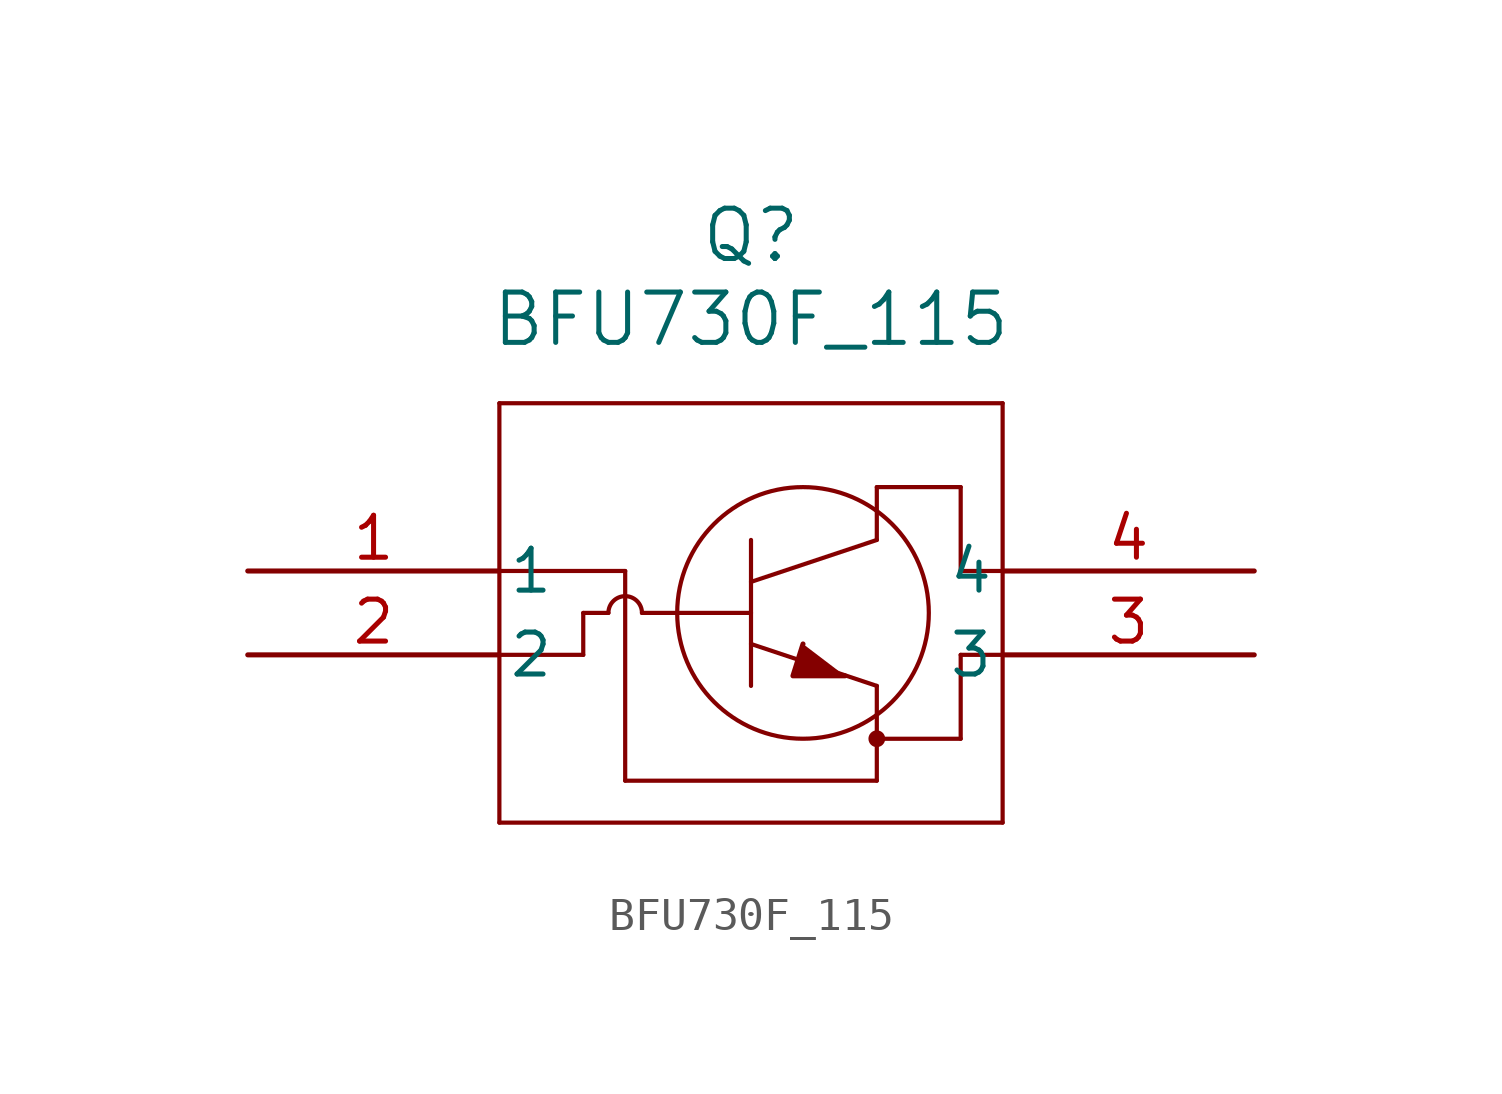
<source format=kicad_sym>
(kicad_symbol_lib
  (version 20211014)
  (generator kicad_symbol_editor)
  (symbol "BFU730F_115"
    (pin_names
      (offset 0.254))
    (property "Reference" "Q"
      (at 15.24 10.16 0)
      (effects (font (size 1.524 1.524))))
    (property "Value" "BFU730F_115"
      (at 15.24 7.62 0)
      (effects (font (size 1.524 1.524))))
    (symbol "BFU730F_115_0_1"
      (polyline (pts (xy 7.62 5.08) (xy 7.62 -7.62)) (stroke (width 0.127) (type default) (color 0 0 0 0)) (fill (type none)))
      (polyline (pts (xy 7.62 -7.62) (xy 22.86 -7.62)) (stroke (width 0.127) (type default) (color 0 0 0 0)) (fill (type none)))
      (polyline (pts (xy 22.86 -7.62) (xy 22.86 5.08)) (stroke (width 0.127) (type default) (color 0 0 0 0)) (fill (type none)))
      (polyline (pts (xy 22.86 5.08) (xy 7.62 5.08)) (stroke (width 0.127) (type default) (color 0 0 0 0)) (fill (type none)))
      (circle (center 16.815 -1.27) (radius 3.81) (stroke (width 0.127) (type default) (color 0 0 0 0)) (fill (type none)))
      (polyline (pts (xy 15.24 -3.48) (xy 15.24 0.94)) (stroke (width 0.127) (type default) (color 0 0 0 0)) (fill (type none)))
      (polyline (pts (xy 15.24 -0.33) (xy 19.05 0.94)) (stroke (width 0.127) (type default) (color 0 0 0 0)) (fill (type none)))
      (polyline (pts (xy 15.24 -2.21) (xy 19.05 -3.48)) (stroke (width 0.127) (type default) (color 0 0 0 0)) (fill (type none)))
      (polyline (pts (xy 19.05 -6.35) (xy 19.05 -3.48)) (stroke (width 0.127) (type default) (color 0 0 0 0)) (fill (type none)))
      (polyline (pts (xy 19.05 0.94) (xy 19.05 2.54)) (stroke (width 0.127) (type default) (color 0 0 0 0)) (fill (type none)))
      (polyline (pts (xy 11.938 -1.27) (xy 15.24 -1.27)) (stroke (width 0.127) (type default) (color 0 0 0 0)) (fill (type none)))
      (polyline (pts (xy 21.59 0) (xy 21.59 2.54)) (stroke (width 0.127) (type default) (color 0 0 0 0)) (fill (type none)))
      (polyline (pts (xy 22.86 -2.54) (xy 21.59 -2.54)) (stroke (width 0.127) (type default) (color 0 0 0 0)) (fill (type none)))
      (polyline (pts (xy 21.59 2.54) (xy 19.05 2.54)) (stroke (width 0.127) (type default) (color 0 0 0 0)) (fill (type none)))
      (circle (center 19.05 -5.08) (radius 0.127) (stroke (width 0.254) (type default) (color 0 0 0 0)) (fill (type none)))
      (polyline (pts (xy 16.815 -2.21) (xy 16.51 -3.175) (xy 18.085 -3.175)) (stroke (width 0) (type default) (color 0 0 0 0)) (fill (type outline)))
      (polyline (pts (xy 21.59 -2.54) (xy 21.59 -5.08)) (stroke (width 0.127) (type default) (color 0 0 0 0)) (fill (type none)))
      (polyline (pts (xy 21.59 -5.08) (xy 19.05 -5.08)) (stroke (width 0.127) (type default) (color 0 0 0 0)) (fill (type none)))
      (polyline (pts (xy 7.62 0) (xy 11.43 0)) (stroke (width 0.127) (type default) (color 0 0 0 0)) (fill (type none)))
      (polyline (pts (xy 11.43 0) (xy 11.43 -6.35)) (stroke (width 0.127) (type default) (color 0 0 0 0)) (fill (type none)))
      (polyline (pts (xy 7.62 -2.54) (xy 10.16 -2.54)) (stroke (width 0.127) (type default) (color 0 0 0 0)) (fill (type none)))
      (polyline (pts (xy 10.16 -2.54) (xy 10.16 -1.27)) (stroke (width 0.127) (type default) (color 0 0 0 0)) (fill (type none)))
      (polyline (pts (xy 11.43 -6.35) (xy 19.05 -6.35)) (stroke (width 0.127) (type default) (color 0 0 0 0)) (fill (type none)))
      (polyline (pts (xy 21.59 0) (xy 22.86 0)) (stroke (width 0.127) (type default) (color 0 0 0 0)) (fill (type none)))
      (arc (start 11.938 -1.27) (mid 11.43 -0.762) (end 10.922 -1.27) (stroke (width 0.127) (type default) (color 0 0 0 0)) (fill (type none)))
      (polyline (pts (xy 10.16 -1.27) (xy 10.922 -1.27)) (stroke (width 0.127) (type default) (color 0 0 0 0)) (fill (type none)))
      (pin unspecified line (at 0 0 0) (length 7.62) (name "1" (effects (font (size 1.27 1.27)))) (number "1" (effects (font (size 1.27 1.27)))))
      (pin unspecified line (at 0 -2.54 0) (length 7.62) (name "2" (effects (font (size 1.27 1.27)))) (number "2" (effects (font (size 1.27 1.27)))))
      (pin unspecified line (at 30.48 -2.54 180) (length 7.62) (name "3" (effects (font (size 1.27 1.27)))) (number "3" (effects (font (size 1.27 1.27)))))
      (pin unspecified line (at 30.48 0 180) (length 7.62) (name "4" (effects (font (size 1.27 1.27)))) (number "4" (effects (font (size 1.27 1.27))))))))
</source>
